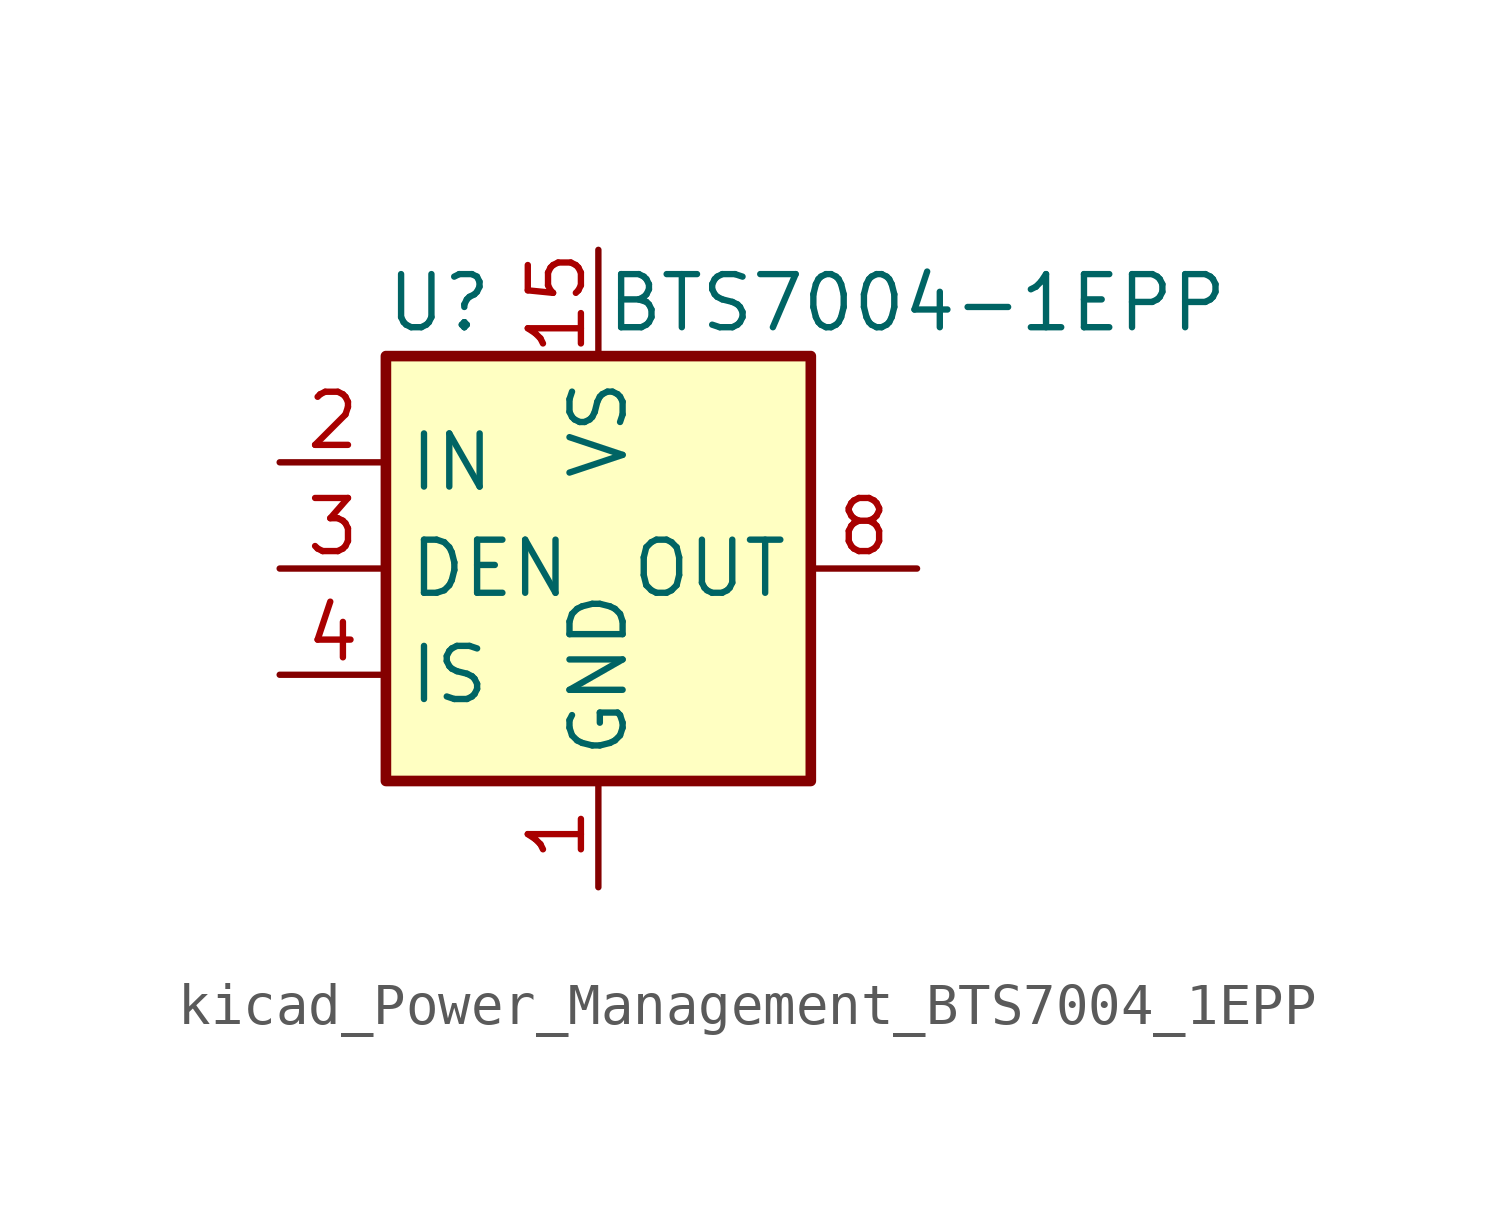
<source format=kicad_sym>
(kicad_symbol_lib
  (version 20220914)
  (generator kicad_symbol_editor)
  (symbol "kicad_Power_Management_BTS7004_1EPP"
    (property "Reference" "U"
      (at -3.81 6.35 0)
      (effects (font (size 1.27 1.27))))
    (property "Value" "BTS7004-1EPP"
      (at 7.62 6.35 0)
      (effects (font (size 1.27 1.27))))
    (symbol "kicad_Power_Management_BTS7004_1EPP_0_1"
      (rectangle (start -5.08 5.08) (end 5.08 -5.08) (stroke (width 0.254) (type default)) (fill (type background))))
    (symbol "kicad_Power_Management_BTS7004_1EPP_1_1"
      (pin power_in line (at 0 -7.62 90) (length 2.54) (name "GND" (effects (font (size 1.27 1.27)))) (number "1" (effects (font (size 1.27 1.27)))))
      (pin passive line (at 7.62 0 180) (length 2.54) hide (name "OUT" (effects (font (size 1.27 1.27)))) (number "10" (effects (font (size 1.27 1.27)))))
      (pin no_connect line (at 5.08 -5.08 180) (length 2.54) hide (name "NC" (effects (font (size 1.27 1.27)))) (number "11" (effects (font (size 1.27 1.27)))))
      (pin passive line (at 7.62 0 180) (length 2.54) hide (name "OUT" (effects (font (size 1.27 1.27)))) (number "12" (effects (font (size 1.27 1.27)))))
      (pin passive line (at 7.62 0 180) (length 2.54) hide (name "OUT" (effects (font (size 1.27 1.27)))) (number "13" (effects (font (size 1.27 1.27)))))
      (pin passive line (at 7.62 0 180) (length 2.54) hide (name "OUT" (effects (font (size 1.27 1.27)))) (number "14" (effects (font (size 1.27 1.27)))))
      (pin power_in line (at 0 7.62 270) (length 2.54) (name "VS" (effects (font (size 1.27 1.27)))) (number "15" (effects (font (size 1.27 1.27)))))
      (pin input line (at -7.62 2.54 0) (length 2.54) (name "IN" (effects (font (size 1.27 1.27)))) (number "2" (effects (font (size 1.27 1.27)))))
      (pin input line (at -7.62 0 0) (length 2.54) (name "DEN" (effects (font (size 1.27 1.27)))) (number "3" (effects (font (size 1.27 1.27)))))
      (pin output line (at -7.62 -2.54 0) (length 2.54) (name "IS" (effects (font (size 1.27 1.27)))) (number "4" (effects (font (size 1.27 1.27)))))
      (pin no_connect line (at 5.08 5.08 180) (length 2.54) hide (name "NC" (effects (font (size 1.27 1.27)))) (number "5" (effects (font (size 1.27 1.27)))))
      (pin no_connect line (at 5.08 2.54 180) (length 2.54) hide (name "NC" (effects (font (size 1.27 1.27)))) (number "6" (effects (font (size 1.27 1.27)))))
      (pin no_connect line (at 5.08 -2.54 180) (length 2.54) hide (name "NC" (effects (font (size 1.27 1.27)))) (number "7" (effects (font (size 1.27 1.27)))))
      (pin power_out line (at 7.62 0 180) (length 2.54) (name "OUT" (effects (font (size 1.27 1.27)))) (number "8" (effects (font (size 1.27 1.27)))))
      (pin passive line (at 7.62 0 180) (length 2.54) hide (name "OUT" (effects (font (size 1.27 1.27)))) (number "9" (effects (font (size 1.27 1.27))))))))
</source>
